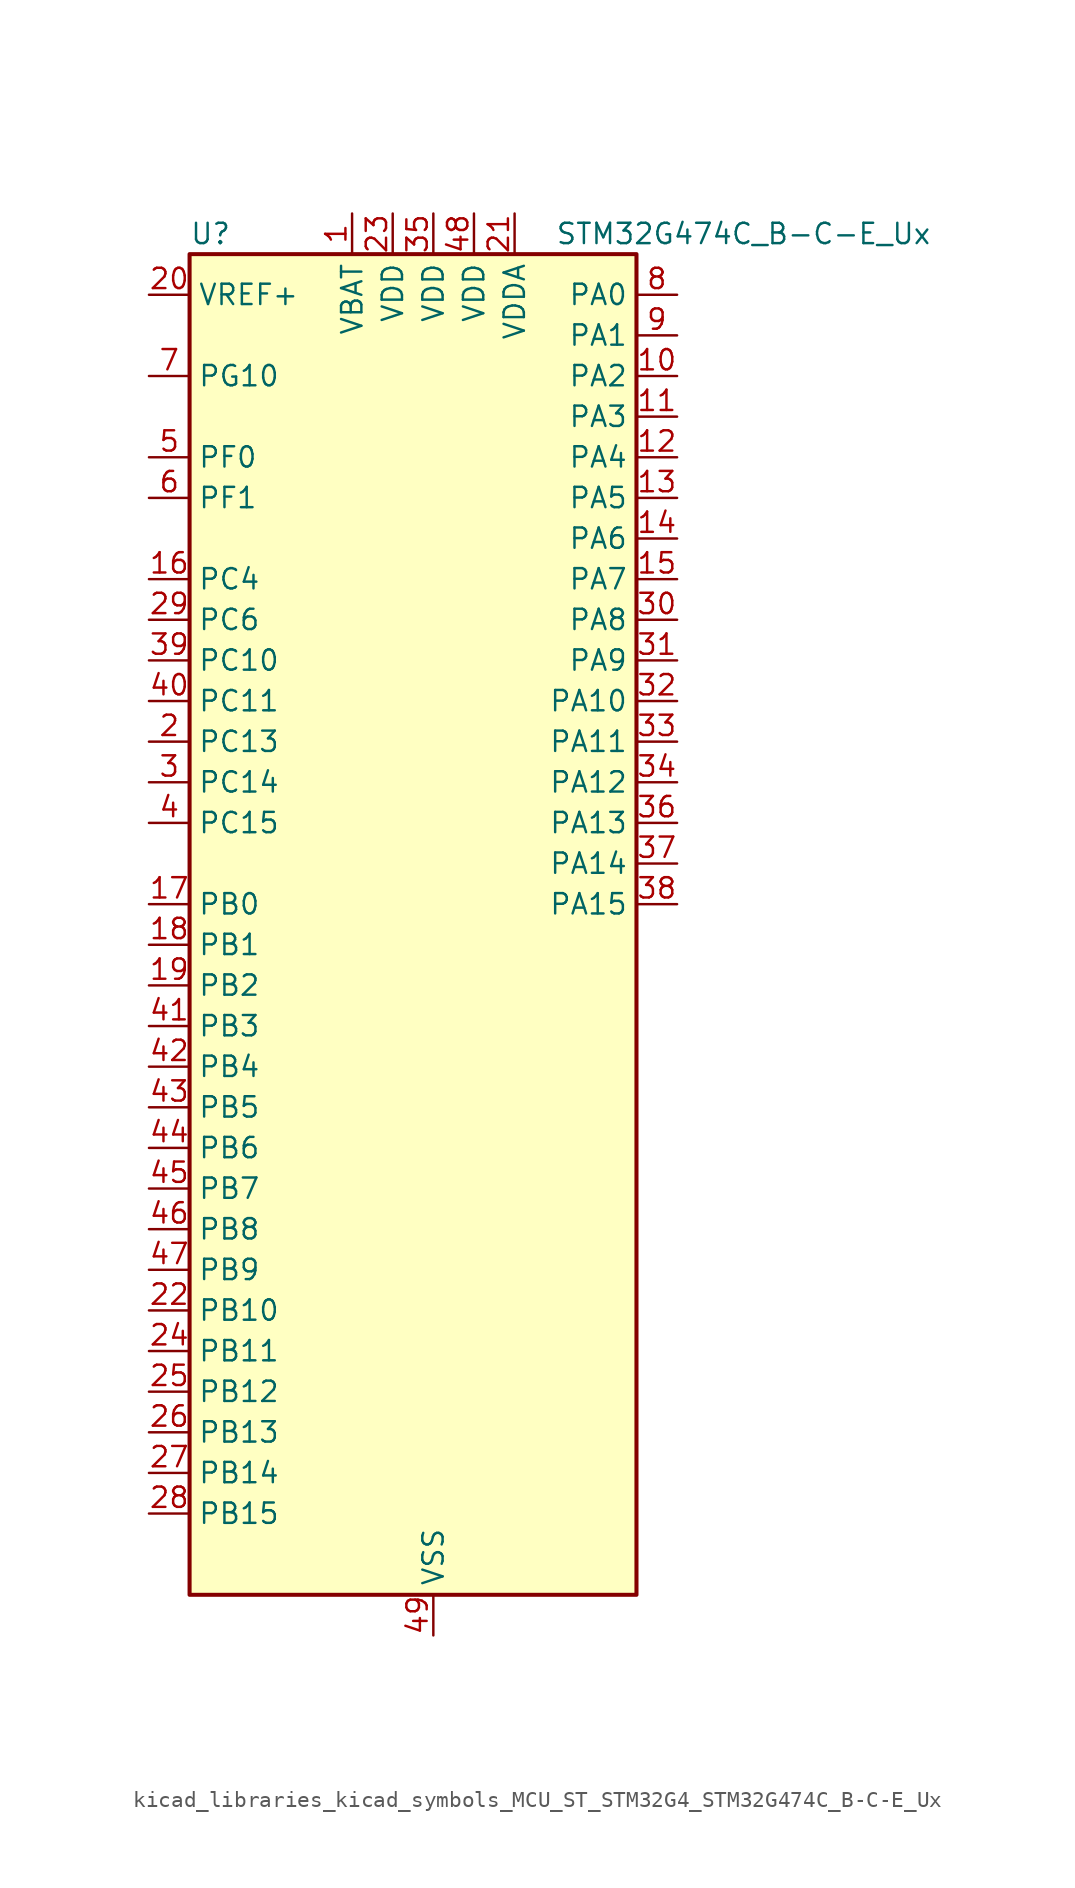
<source format=kicad_sym>
(kicad_symbol_lib
  (version 20220914)
  (generator kicad_symbol_editor)
  (symbol "kicad_libraries_kicad_symbols_MCU_ST_STM32G4_STM32G474C_B-C-E_Ux"
    (property "Reference" "U"
      (at -12.7 44.45 0)
      (effects (font (size 1.27 1.27)) (justify left)))
    (property "Value" "STM32G474C_B-C-E_Ux"
      (at 10.16 44.45 0)
      (effects (font (size 1.27 1.27)) (justify left)))
    (property "ki_locked" ""
      (at 0 0 0)
      (effects (font (size 1.27 1.27))))
    (symbol "kicad_libraries_kicad_symbols_MCU_ST_STM32G4_STM32G474C_B-C-E_Ux_0_1"
      (rectangle (start -12.7 -40.64) (end 15.24 43.18) (stroke (width 0.254) (type default)) (fill (type background))))
    (symbol "kicad_libraries_kicad_symbols_MCU_ST_STM32G4_STM32G474C_B-C-E_Ux_1_1"
      (pin power_in line (at -2.54 45.72 270) (length 2.54) (name "VBAT" (effects (font (size 1.27 1.27)))) (number "1" (effects (font (size 1.27 1.27)))))
      (pin bidirectional line (at 17.78 35.56 180) (length 2.54) (name "PA2" (effects (font (size 1.27 1.27)))) (number "10" (effects (font (size 1.27 1.27)))) (alternate "ADC1_IN3" bidirectional line) (alternate "ADC3_EXTI2" bidirectional line) (alternate "ADC4_EXTI2" bidirectional line) (alternate "ADC5_EXTI2" bidirectional line) (alternate "COMP2_INM" bidirectional line) (alternate "COMP2_OUT" bidirectional line) (alternate "LPUART1_TX" bidirectional line) (alternate "OPAMP1_VOUT" bidirectional line) (alternate "QUADSPI1_BK1_NCS" bidirectional line) (alternate "RCC_LSCO" bidirectional line) (alternate "SYS_WKUP4" bidirectional line) (alternate "TIM15_CH1" bidirectional line) (alternate "TIM2_CH3" bidirectional line) (alternate "TIM5_CH3" bidirectional line) (alternate "UCPD1_FRSTX1" bidirectional line) (alternate "UCPD1_FRSTX2" bidirectional line) (alternate "USART2_TX" bidirectional line))
      (pin bidirectional line (at 17.78 33.02 180) (length 2.54) (name "PA3" (effects (font (size 1.27 1.27)))) (number "11" (effects (font (size 1.27 1.27)))) (alternate "ADC1_IN4" bidirectional line) (alternate "ADC3_EXTI3" bidirectional line) (alternate "ADC4_EXTI3" bidirectional line) (alternate "ADC5_EXTI3" bidirectional line) (alternate "COMP2_INP" bidirectional line) (alternate "LPUART1_RX" bidirectional line) (alternate "OPAMP1_VINM" bidirectional line) (alternate "OPAMP1_VINM0" bidirectional line) (alternate "OPAMP1_VINM_SEC" bidirectional line) (alternate "OPAMP1_VINP" bidirectional line) (alternate "OPAMP1_VINP_SEC" bidirectional line) (alternate "OPAMP5_VINM" bidirectional line) (alternate "OPAMP5_VINM1" bidirectional line) (alternate "OPAMP5_VINM_SEC" bidirectional line) (alternate "QUADSPI1_CLK" bidirectional line) (alternate "SAI1_CK1" bidirectional line) (alternate "SAI1_MCLK_A" bidirectional line) (alternate "TIM15_CH2" bidirectional line) (alternate "TIM2_CH4" bidirectional line) (alternate "TIM5_CH4" bidirectional line) (alternate "USART2_RX" bidirectional line))
      (pin bidirectional line (at 17.78 30.48 180) (length 2.54) (name "PA4" (effects (font (size 1.27 1.27)))) (number "12" (effects (font (size 1.27 1.27)))) (alternate "ADC2_IN17" bidirectional line) (alternate "COMP1_INM" bidirectional line) (alternate "DAC1_OUT1" bidirectional line) (alternate "I2S3_WS" bidirectional line) (alternate "SAI1_FS_B" bidirectional line) (alternate "SPI1_NSS" bidirectional line) (alternate "SPI3_NSS" bidirectional line) (alternate "TIM3_CH2" bidirectional line) (alternate "USART2_CK" bidirectional line))
      (pin bidirectional line (at 17.78 27.94 180) (length 2.54) (name "PA5" (effects (font (size 1.27 1.27)))) (number "13" (effects (font (size 1.27 1.27)))) (alternate "ADC2_IN13" bidirectional line) (alternate "COMP2_INM" bidirectional line) (alternate "DAC1_OUT2" bidirectional line) (alternate "OPAMP2_VINM" bidirectional line) (alternate "OPAMP2_VINM0" bidirectional line) (alternate "OPAMP2_VINM_SEC" bidirectional line) (alternate "SPI1_SCK" bidirectional line) (alternate "TIM2_CH1" bidirectional line) (alternate "TIM2_ETR" bidirectional line) (alternate "UCPD1_FRSTX1" bidirectional line) (alternate "UCPD1_FRSTX2" bidirectional line))
      (pin bidirectional line (at 17.78 25.4 180) (length 2.54) (name "PA6" (effects (font (size 1.27 1.27)))) (number "14" (effects (font (size 1.27 1.27)))) (alternate "ADC2_IN3" bidirectional line) (alternate "COMP1_OUT" bidirectional line) (alternate "DAC2_OUT1" bidirectional line) (alternate "LPUART1_CTS" bidirectional line) (alternate "OPAMP2_VOUT" bidirectional line) (alternate "QUADSPI1_BK1_IO3" bidirectional line) (alternate "SPI1_MISO" bidirectional line) (alternate "TIM16_CH1" bidirectional line) (alternate "TIM1_BKIN" bidirectional line) (alternate "TIM3_CH1" bidirectional line) (alternate "TIM8_BKIN" bidirectional line))
      (pin bidirectional line (at 17.78 22.86 180) (length 2.54) (name "PA7" (effects (font (size 1.27 1.27)))) (number "15" (effects (font (size 1.27 1.27)))) (alternate "ADC2_IN4" bidirectional line) (alternate "COMP2_INP" bidirectional line) (alternate "COMP2_OUT" bidirectional line) (alternate "OPAMP1_VINP" bidirectional line) (alternate "OPAMP1_VINP_SEC" bidirectional line) (alternate "OPAMP2_VINP" bidirectional line) (alternate "OPAMP2_VINP_SEC" bidirectional line) (alternate "QUADSPI1_BK1_IO2" bidirectional line) (alternate "SPI1_MOSI" bidirectional line) (alternate "TIM17_CH1" bidirectional line) (alternate "TIM1_CH1N" bidirectional line) (alternate "TIM3_CH2" bidirectional line) (alternate "TIM8_CH1N" bidirectional line) (alternate "UCPD1_FRSTX1" bidirectional line) (alternate "UCPD1_FRSTX2" bidirectional line))
      (pin bidirectional line (at -15.24 22.86 0) (length 2.54) (name "PC4" (effects (font (size 1.27 1.27)))) (number "16" (effects (font (size 1.27 1.27)))) (alternate "ADC2_IN5" bidirectional line) (alternate "I2C2_SCL" bidirectional line) (alternate "QUADSPI1_BK2_IO3" bidirectional line) (alternate "TIM1_ETR" bidirectional line) (alternate "USART1_TX" bidirectional line))
      (pin bidirectional line (at -15.24 2.54 0) (length 2.54) (name "PB0" (effects (font (size 1.27 1.27)))) (number "17" (effects (font (size 1.27 1.27)))) (alternate "ADC1_IN15" bidirectional line) (alternate "ADC3_IN12" bidirectional line) (alternate "COMP4_INP" bidirectional line) (alternate "HRTIM1_FLT5" bidirectional line) (alternate "OPAMP2_VINP" bidirectional line) (alternate "OPAMP2_VINP_SEC" bidirectional line) (alternate "OPAMP3_VINP" bidirectional line) (alternate "OPAMP3_VINP_SEC" bidirectional line) (alternate "QUADSPI1_BK1_IO1" bidirectional line) (alternate "TIM1_CH2N" bidirectional line) (alternate "TIM3_CH3" bidirectional line) (alternate "TIM8_CH2N" bidirectional line) (alternate "UCPD1_FRSTX1" bidirectional line) (alternate "UCPD1_FRSTX2" bidirectional line))
      (pin bidirectional line (at -15.24 0 0) (length 2.54) (name "PB1" (effects (font (size 1.27 1.27)))) (number "18" (effects (font (size 1.27 1.27)))) (alternate "ADC1_IN12" bidirectional line) (alternate "ADC3_IN1" bidirectional line) (alternate "COMP1_INP" bidirectional line) (alternate "COMP4_OUT" bidirectional line) (alternate "HRTIM1_SCOUT" bidirectional line) (alternate "LPUART1_DE" bidirectional line) (alternate "LPUART1_RTS" bidirectional line) (alternate "OPAMP3_VOUT" bidirectional line) (alternate "OPAMP6_VINM" bidirectional line) (alternate "OPAMP6_VINM1" bidirectional line) (alternate "OPAMP6_VINM_SEC" bidirectional line) (alternate "QUADSPI1_BK1_IO0" bidirectional line) (alternate "TIM1_CH3N" bidirectional line) (alternate "TIM3_CH4" bidirectional line) (alternate "TIM8_CH3N" bidirectional line))
      (pin bidirectional line (at -15.24 -2.54 0) (length 2.54) (name "PB2" (effects (font (size 1.27 1.27)))) (number "19" (effects (font (size 1.27 1.27)))) (alternate "ADC2_IN12" bidirectional line) (alternate "ADC3_EXTI2" bidirectional line) (alternate "ADC4_EXTI2" bidirectional line) (alternate "ADC5_EXTI2" bidirectional line) (alternate "COMP4_INM" bidirectional line) (alternate "HRTIM1_SCIN" bidirectional line) (alternate "I2C3_SMBA" bidirectional line) (alternate "LPTIM1_OUT" bidirectional line) (alternate "OPAMP3_VINM" bidirectional line) (alternate "OPAMP3_VINM0" bidirectional line) (alternate "OPAMP3_VINM_SEC" bidirectional line) (alternate "QUADSPI1_BK2_IO1" bidirectional line) (alternate "RTC_OUT2" bidirectional line) (alternate "TIM20_CH1" bidirectional line) (alternate "TIM5_CH1" bidirectional line))
      (pin bidirectional line (at -15.24 12.7 0) (length 2.54) (name "PC13" (effects (font (size 1.27 1.27)))) (number "2" (effects (font (size 1.27 1.27)))) (alternate "RTC_OUT1" bidirectional line) (alternate "RTC_TAMP1" bidirectional line) (alternate "RTC_TS" bidirectional line) (alternate "SYS_WKUP2" bidirectional line) (alternate "TIM1_BKIN" bidirectional line) (alternate "TIM1_CH1N" bidirectional line) (alternate "TIM8_CH4N" bidirectional line))
      (pin input line (at -15.24 40.64 0) (length 2.54) (name "VREF+" (effects (font (size 1.27 1.27)))) (number "20" (effects (font (size 1.27 1.27)))) (alternate "VREFBUF_OUT" bidirectional line))
      (pin power_in line (at 7.62 45.72 270) (length 2.54) (name "VDDA" (effects (font (size 1.27 1.27)))) (number "21" (effects (font (size 1.27 1.27)))))
      (pin bidirectional line (at -15.24 -22.86 0) (length 2.54) (name "PB10" (effects (font (size 1.27 1.27)))) (number "22" (effects (font (size 1.27 1.27)))) (alternate "COMP5_INM" bidirectional line) (alternate "DAC1_EXTI10" bidirectional line) (alternate "DAC2_EXTI10" bidirectional line) (alternate "DAC3_EXTI10" bidirectional line) (alternate "DAC4_EXTI10" bidirectional line) (alternate "HRTIM1_FLT3" bidirectional line) (alternate "LPUART1_RX" bidirectional line) (alternate "OPAMP3_VINM" bidirectional line) (alternate "OPAMP3_VINM1" bidirectional line) (alternate "OPAMP3_VINM_SEC" bidirectional line) (alternate "OPAMP4_VINM" bidirectional line) (alternate "OPAMP4_VINM0" bidirectional line) (alternate "OPAMP4_VINM_SEC" bidirectional line) (alternate "QUADSPI1_CLK" bidirectional line) (alternate "SAI1_SCK_A" bidirectional line) (alternate "TIM1_BKIN" bidirectional line) (alternate "TIM2_CH3" bidirectional line) (alternate "USART3_TX" bidirectional line))
      (pin power_in line (at 0 45.72 270) (length 2.54) (name "VDD" (effects (font (size 1.27 1.27)))) (number "23" (effects (font (size 1.27 1.27)))))
      (pin bidirectional line (at -15.24 -25.4 0) (length 2.54) (name "PB11" (effects (font (size 1.27 1.27)))) (number "24" (effects (font (size 1.27 1.27)))) (alternate "ADC1_EXTI11" bidirectional line) (alternate "ADC1_IN14" bidirectional line) (alternate "ADC2_EXTI11" bidirectional line) (alternate "ADC2_IN14" bidirectional line) (alternate "COMP6_INP" bidirectional line) (alternate "HRTIM1_FLT4" bidirectional line) (alternate "LPUART1_TX" bidirectional line) (alternate "OPAMP4_VINP" bidirectional line) (alternate "OPAMP4_VINP_SEC" bidirectional line) (alternate "OPAMP6_VOUT" bidirectional line) (alternate "QUADSPI1_BK1_NCS" bidirectional line) (alternate "TIM2_CH4" bidirectional line) (alternate "USART3_RX" bidirectional line))
      (pin bidirectional line (at -15.24 -27.94 0) (length 2.54) (name "PB12" (effects (font (size 1.27 1.27)))) (number "25" (effects (font (size 1.27 1.27)))) (alternate "ADC1_IN11" bidirectional line) (alternate "ADC4_IN3" bidirectional line) (alternate "COMP7_INM" bidirectional line) (alternate "FDCAN2_RX" bidirectional line) (alternate "HRTIM1_CHC1" bidirectional line) (alternate "I2C2_SMBA" bidirectional line) (alternate "I2S2_WS" bidirectional line) (alternate "LPUART1_DE" bidirectional line) (alternate "LPUART1_RTS" bidirectional line) (alternate "OPAMP4_VOUT" bidirectional line) (alternate "OPAMP6_VINP" bidirectional line) (alternate "OPAMP6_VINP_SEC" bidirectional line) (alternate "SPI2_NSS" bidirectional line) (alternate "TIM1_BKIN" bidirectional line) (alternate "TIM5_ETR" bidirectional line) (alternate "USART3_CK" bidirectional line))
      (pin bidirectional line (at -15.24 -30.48 0) (length 2.54) (name "PB13" (effects (font (size 1.27 1.27)))) (number "26" (effects (font (size 1.27 1.27)))) (alternate "ADC3_IN5" bidirectional line) (alternate "COMP5_INP" bidirectional line) (alternate "FDCAN2_TX" bidirectional line) (alternate "HRTIM1_CHC2" bidirectional line) (alternate "I2S2_CK" bidirectional line) (alternate "LPUART1_CTS" bidirectional line) (alternate "OPAMP3_VINP" bidirectional line) (alternate "OPAMP3_VINP_SEC" bidirectional line) (alternate "OPAMP4_VINP" bidirectional line) (alternate "OPAMP4_VINP_SEC" bidirectional line) (alternate "OPAMP6_VINP" bidirectional line) (alternate "OPAMP6_VINP_SEC" bidirectional line) (alternate "SPI2_SCK" bidirectional line) (alternate "TIM1_CH1N" bidirectional line) (alternate "USART3_CTS" bidirectional line) (alternate "USART3_NSS" bidirectional line))
      (pin bidirectional line (at -15.24 -33.02 0) (length 2.54) (name "PB14" (effects (font (size 1.27 1.27)))) (number "27" (effects (font (size 1.27 1.27)))) (alternate "ADC1_IN5" bidirectional line) (alternate "ADC4_IN4" bidirectional line) (alternate "COMP4_OUT" bidirectional line) (alternate "COMP7_INP" bidirectional line) (alternate "HRTIM1_CHD1" bidirectional line) (alternate "OPAMP2_VINP" bidirectional line) (alternate "OPAMP2_VINP_SEC" bidirectional line) (alternate "OPAMP5_VINP" bidirectional line) (alternate "OPAMP5_VINP_SEC" bidirectional line) (alternate "SPI2_MISO" bidirectional line) (alternate "TIM15_CH1" bidirectional line) (alternate "TIM1_CH2N" bidirectional line) (alternate "USART3_DE" bidirectional line) (alternate "USART3_RTS" bidirectional line))
      (pin bidirectional line (at -15.24 -35.56 0) (length 2.54) (name "PB15" (effects (font (size 1.27 1.27)))) (number "28" (effects (font (size 1.27 1.27)))) (alternate "ADC1_EXTI15" bidirectional line) (alternate "ADC2_EXTI15" bidirectional line) (alternate "ADC2_IN15" bidirectional line) (alternate "ADC4_IN5" bidirectional line) (alternate "COMP3_OUT" bidirectional line) (alternate "COMP6_INM" bidirectional line) (alternate "HRTIM1_CHD2" bidirectional line) (alternate "I2S2_SD" bidirectional line) (alternate "OPAMP5_VINM" bidirectional line) (alternate "OPAMP5_VINM0" bidirectional line) (alternate "OPAMP5_VINM_SEC" bidirectional line) (alternate "RTC_REFIN" bidirectional line) (alternate "SPI2_MOSI" bidirectional line) (alternate "TIM15_CH1N" bidirectional line) (alternate "TIM15_CH2" bidirectional line) (alternate "TIM1_CH3N" bidirectional line))
      (pin bidirectional line (at -15.24 20.32 0) (length 2.54) (name "PC6" (effects (font (size 1.27 1.27)))) (number "29" (effects (font (size 1.27 1.27)))) (alternate "COMP6_OUT" bidirectional line) (alternate "HRTIM1_CHF1" bidirectional line) (alternate "HRTIM1_EEV10" bidirectional line) (alternate "I2C4_SCL" bidirectional line) (alternate "I2S2_MCK" bidirectional line) (alternate "TIM3_CH1" bidirectional line) (alternate "TIM8_CH1" bidirectional line))
      (pin bidirectional line (at -15.24 10.16 0) (length 2.54) (name "PC14" (effects (font (size 1.27 1.27)))) (number "3" (effects (font (size 1.27 1.27)))) (alternate "RCC_OSC32_IN" bidirectional line))
      (pin bidirectional line (at 17.78 20.32 180) (length 2.54) (name "PA8" (effects (font (size 1.27 1.27)))) (number "30" (effects (font (size 1.27 1.27)))) (alternate "ADC5_IN1" bidirectional line) (alternate "COMP7_OUT" bidirectional line) (alternate "FDCAN3_RX" bidirectional line) (alternate "HRTIM1_CHA1" bidirectional line) (alternate "I2C2_SDA" bidirectional line) (alternate "I2C3_SCL" bidirectional line) (alternate "I2S2_MCK" bidirectional line) (alternate "OPAMP5_VOUT" bidirectional line) (alternate "RCC_MCO" bidirectional line) (alternate "SAI1_CK2" bidirectional line) (alternate "SAI1_SCK_A" bidirectional line) (alternate "TIM1_CH1" bidirectional line) (alternate "TIM4_ETR" bidirectional line) (alternate "USART1_CK" bidirectional line))
      (pin bidirectional line (at 17.78 17.78 180) (length 2.54) (name "PA9" (effects (font (size 1.27 1.27)))) (number "31" (effects (font (size 1.27 1.27)))) (alternate "ADC5_IN2" bidirectional line) (alternate "COMP5_OUT" bidirectional line) (alternate "DAC1_EXTI9" bidirectional line) (alternate "DAC2_EXTI9" bidirectional line) (alternate "DAC3_EXTI9" bidirectional line) (alternate "DAC4_EXTI9" bidirectional line) (alternate "HRTIM1_CHA2" bidirectional line) (alternate "I2C2_SCL" bidirectional line) (alternate "I2C3_SMBA" bidirectional line) (alternate "I2S3_MCK" bidirectional line) (alternate "SAI1_FS_A" bidirectional line) (alternate "TIM15_BKIN" bidirectional line) (alternate "TIM1_CH2" bidirectional line) (alternate "TIM2_CH3" bidirectional line) (alternate "UCPD1_DBCC1" bidirectional line) (alternate "USART1_TX" bidirectional line))
      (pin bidirectional line (at 17.78 15.24 180) (length 2.54) (name "PA10" (effects (font (size 1.27 1.27)))) (number "32" (effects (font (size 1.27 1.27)))) (alternate "COMP6_OUT" bidirectional line) (alternate "CRS_SYNC" bidirectional line) (alternate "DAC1_EXTI10" bidirectional line) (alternate "DAC2_EXTI10" bidirectional line) (alternate "DAC3_EXTI10" bidirectional line) (alternate "DAC4_EXTI10" bidirectional line) (alternate "HRTIM1_CHB1" bidirectional line) (alternate "I2C2_SMBA" bidirectional line) (alternate "SAI1_D1" bidirectional line) (alternate "SAI1_SD_A" bidirectional line) (alternate "SPI2_MISO" bidirectional line) (alternate "TIM17_BKIN" bidirectional line) (alternate "TIM1_CH3" bidirectional line) (alternate "TIM2_CH4" bidirectional line) (alternate "TIM8_BKIN" bidirectional line) (alternate "UCPD1_DBCC2" bidirectional line) (alternate "USART1_RX" bidirectional line))
      (pin bidirectional line (at 17.78 12.7 180) (length 2.54) (name "PA11" (effects (font (size 1.27 1.27)))) (number "33" (effects (font (size 1.27 1.27)))) (alternate "ADC1_EXTI11" bidirectional line) (alternate "ADC2_EXTI11" bidirectional line) (alternate "COMP1_OUT" bidirectional line) (alternate "FDCAN1_RX" bidirectional line) (alternate "HRTIM1_CHB2" bidirectional line) (alternate "I2S2_SD" bidirectional line) (alternate "SPI2_MOSI" bidirectional line) (alternate "TIM1_BKIN2" bidirectional line) (alternate "TIM1_CH1N" bidirectional line) (alternate "TIM1_CH4" bidirectional line) (alternate "TIM4_CH1" bidirectional line) (alternate "USART1_CTS" bidirectional line) (alternate "USART1_NSS" bidirectional line) (alternate "USB_DM" bidirectional line))
      (pin bidirectional line (at 17.78 10.16 180) (length 2.54) (name "PA12" (effects (font (size 1.27 1.27)))) (number "34" (effects (font (size 1.27 1.27)))) (alternate "COMP2_OUT" bidirectional line) (alternate "FDCAN1_TX" bidirectional line) (alternate "HRTIM1_FLT1" bidirectional line) (alternate "I2S_CKIN" bidirectional line) (alternate "TIM16_CH1" bidirectional line) (alternate "TIM1_CH2N" bidirectional line) (alternate "TIM1_ETR" bidirectional line) (alternate "TIM4_CH2" bidirectional line) (alternate "USART1_DE" bidirectional line) (alternate "USART1_RTS" bidirectional line) (alternate "USB_DP" bidirectional line))
      (pin power_in line (at 2.54 45.72 270) (length 2.54) (name "VDD" (effects (font (size 1.27 1.27)))) (number "35" (effects (font (size 1.27 1.27)))))
      (pin bidirectional line (at 17.78 7.62 180) (length 2.54) (name "PA13" (effects (font (size 1.27 1.27)))) (number "36" (effects (font (size 1.27 1.27)))) (alternate "I2C1_SCL" bidirectional line) (alternate "I2C4_SCL" bidirectional line) (alternate "IR_OUT" bidirectional line) (alternate "SAI1_SD_B" bidirectional line) (alternate "SYS_JTMS-SWDIO" bidirectional line) (alternate "TIM16_CH1N" bidirectional line) (alternate "TIM4_CH3" bidirectional line) (alternate "USART3_CTS" bidirectional line) (alternate "USART3_NSS" bidirectional line))
      (pin bidirectional line (at 17.78 5.08 180) (length 2.54) (name "PA14" (effects (font (size 1.27 1.27)))) (number "37" (effects (font (size 1.27 1.27)))) (alternate "I2C1_SDA" bidirectional line) (alternate "I2C4_SMBA" bidirectional line) (alternate "LPTIM1_OUT" bidirectional line) (alternate "SAI1_FS_B" bidirectional line) (alternate "SYS_JTCK-SWCLK" bidirectional line) (alternate "TIM1_BKIN" bidirectional line) (alternate "TIM8_CH2" bidirectional line) (alternate "USART2_TX" bidirectional line))
      (pin bidirectional line (at 17.78 2.54 180) (length 2.54) (name "PA15" (effects (font (size 1.27 1.27)))) (number "38" (effects (font (size 1.27 1.27)))) (alternate "ADC1_EXTI15" bidirectional line) (alternate "ADC2_EXTI15" bidirectional line) (alternate "FDCAN3_TX" bidirectional line) (alternate "HRTIM1_FLT2" bidirectional line) (alternate "I2C1_SCL" bidirectional line) (alternate "I2S3_WS" bidirectional line) (alternate "SPI1_NSS" bidirectional line) (alternate "SPI3_NSS" bidirectional line) (alternate "SYS_JTDI" bidirectional line) (alternate "TIM1_BKIN" bidirectional line) (alternate "TIM2_CH1" bidirectional line) (alternate "TIM2_ETR" bidirectional line) (alternate "TIM8_CH1" bidirectional line) (alternate "UART4_DE" bidirectional line) (alternate "UART4_RTS" bidirectional line) (alternate "USART2_RX" bidirectional line))
      (pin bidirectional line (at -15.24 17.78 0) (length 2.54) (name "PC10" (effects (font (size 1.27 1.27)))) (number "39" (effects (font (size 1.27 1.27)))) (alternate "DAC1_EXTI10" bidirectional line) (alternate "DAC2_EXTI10" bidirectional line) (alternate "DAC3_EXTI10" bidirectional line) (alternate "DAC4_EXTI10" bidirectional line) (alternate "HRTIM1_FLT6" bidirectional line) (alternate "I2S3_CK" bidirectional line) (alternate "SPI3_SCK" bidirectional line) (alternate "TIM8_CH1N" bidirectional line) (alternate "UART4_TX" bidirectional line) (alternate "USART3_TX" bidirectional line))
      (pin bidirectional line (at -15.24 7.62 0) (length 2.54) (name "PC15" (effects (font (size 1.27 1.27)))) (number "4" (effects (font (size 1.27 1.27)))) (alternate "ADC1_EXTI15" bidirectional line) (alternate "ADC2_EXTI15" bidirectional line) (alternate "RCC_OSC32_OUT" bidirectional line))
      (pin bidirectional line (at -15.24 15.24 0) (length 2.54) (name "PC11" (effects (font (size 1.27 1.27)))) (number "40" (effects (font (size 1.27 1.27)))) (alternate "ADC1_EXTI11" bidirectional line) (alternate "ADC2_EXTI11" bidirectional line) (alternate "HRTIM1_EEV2" bidirectional line) (alternate "I2C3_SDA" bidirectional line) (alternate "SPI3_MISO" bidirectional line) (alternate "TIM8_CH2N" bidirectional line) (alternate "UART4_RX" bidirectional line) (alternate "USART3_RX" bidirectional line))
      (pin bidirectional line (at -15.24 -5.08 0) (length 2.54) (name "PB3" (effects (font (size 1.27 1.27)))) (number "41" (effects (font (size 1.27 1.27)))) (alternate "ADC3_EXTI3" bidirectional line) (alternate "ADC4_EXTI3" bidirectional line) (alternate "ADC5_EXTI3" bidirectional line) (alternate "CRS_SYNC" bidirectional line) (alternate "FDCAN3_RX" bidirectional line) (alternate "HRTIM1_EEV9" bidirectional line) (alternate "HRTIM1_SCOUT" bidirectional line) (alternate "I2S3_CK" bidirectional line) (alternate "SAI1_SCK_B" bidirectional line) (alternate "SPI1_SCK" bidirectional line) (alternate "SPI3_SCK" bidirectional line) (alternate "SYS_JTDO-SWO" bidirectional line) (alternate "TIM2_CH2" bidirectional line) (alternate "TIM3_ETR" bidirectional line) (alternate "TIM4_ETR" bidirectional line) (alternate "TIM8_CH1N" bidirectional line) (alternate "USART2_TX" bidirectional line))
      (pin bidirectional line (at -15.24 -7.62 0) (length 2.54) (name "PB4" (effects (font (size 1.27 1.27)))) (number "42" (effects (font (size 1.27 1.27)))) (alternate "FDCAN3_TX" bidirectional line) (alternate "HRTIM1_EEV7" bidirectional line) (alternate "SAI1_MCLK_B" bidirectional line) (alternate "SPI1_MISO" bidirectional line) (alternate "SPI3_MISO" bidirectional line) (alternate "SYS_JTRST" bidirectional line) (alternate "TIM16_CH1" bidirectional line) (alternate "TIM17_BKIN" bidirectional line) (alternate "TIM3_CH1" bidirectional line) (alternate "TIM8_CH2N" bidirectional line) (alternate "UCPD1_CC2" bidirectional line) (alternate "USART2_RX" bidirectional line))
      (pin bidirectional line (at -15.24 -10.16 0) (length 2.54) (name "PB5" (effects (font (size 1.27 1.27)))) (number "43" (effects (font (size 1.27 1.27)))) (alternate "FDCAN2_RX" bidirectional line) (alternate "HRTIM1_EEV6" bidirectional line) (alternate "I2C1_SMBA" bidirectional line) (alternate "I2C3_SDA" bidirectional line) (alternate "I2S3_SD" bidirectional line) (alternate "LPTIM1_IN1" bidirectional line) (alternate "SAI1_SD_B" bidirectional line) (alternate "SPI1_MOSI" bidirectional line) (alternate "SPI3_MOSI" bidirectional line) (alternate "TIM16_BKIN" bidirectional line) (alternate "TIM17_CH1" bidirectional line) (alternate "TIM3_CH2" bidirectional line) (alternate "TIM8_CH3N" bidirectional line) (alternate "USART2_CK" bidirectional line))
      (pin bidirectional line (at -15.24 -12.7 0) (length 2.54) (name "PB6" (effects (font (size 1.27 1.27)))) (number "44" (effects (font (size 1.27 1.27)))) (alternate "COMP4_OUT" bidirectional line) (alternate "FDCAN2_TX" bidirectional line) (alternate "HRTIM1_EEV4" bidirectional line) (alternate "HRTIM1_SCIN" bidirectional line) (alternate "LPTIM1_ETR" bidirectional line) (alternate "SAI1_FS_B" bidirectional line) (alternate "TIM16_CH1N" bidirectional line) (alternate "TIM4_CH1" bidirectional line) (alternate "TIM8_BKIN2" bidirectional line) (alternate "TIM8_CH1" bidirectional line) (alternate "TIM8_ETR" bidirectional line) (alternate "UCPD1_CC1" bidirectional line) (alternate "USART1_TX" bidirectional line))
      (pin bidirectional line (at -15.24 -15.24 0) (length 2.54) (name "PB7" (effects (font (size 1.27 1.27)))) (number "45" (effects (font (size 1.27 1.27)))) (alternate "COMP3_OUT" bidirectional line) (alternate "HRTIM1_EEV3" bidirectional line) (alternate "I2C1_SDA" bidirectional line) (alternate "I2C4_SDA" bidirectional line) (alternate "LPTIM1_IN2" bidirectional line) (alternate "SYS_PVD_IN" bidirectional line) (alternate "TIM17_CH1N" bidirectional line) (alternate "TIM3_CH4" bidirectional line) (alternate "TIM4_CH2" bidirectional line) (alternate "TIM8_BKIN" bidirectional line) (alternate "UART4_CTS" bidirectional line) (alternate "USART1_RX" bidirectional line))
      (pin bidirectional line (at -15.24 -17.78 0) (length 2.54) (name "PB8" (effects (font (size 1.27 1.27)))) (number "46" (effects (font (size 1.27 1.27)))) (alternate "COMP1_OUT" bidirectional line) (alternate "FDCAN1_RX" bidirectional line) (alternate "HRTIM1_EEV8" bidirectional line) (alternate "I2C1_SCL" bidirectional line) (alternate "SAI1_CK1" bidirectional line) (alternate "SAI1_MCLK_A" bidirectional line) (alternate "TIM16_CH1" bidirectional line) (alternate "TIM1_BKIN" bidirectional line) (alternate "TIM4_CH3" bidirectional line) (alternate "TIM8_CH2" bidirectional line) (alternate "USART3_RX" bidirectional line))
      (pin bidirectional line (at -15.24 -20.32 0) (length 2.54) (name "PB9" (effects (font (size 1.27 1.27)))) (number "47" (effects (font (size 1.27 1.27)))) (alternate "COMP2_OUT" bidirectional line) (alternate "DAC1_EXTI9" bidirectional line) (alternate "DAC2_EXTI9" bidirectional line) (alternate "DAC3_EXTI9" bidirectional line) (alternate "DAC4_EXTI9" bidirectional line) (alternate "FDCAN1_TX" bidirectional line) (alternate "HRTIM1_EEV5" bidirectional line) (alternate "I2C1_SDA" bidirectional line) (alternate "IR_OUT" bidirectional line) (alternate "SAI1_D2" bidirectional line) (alternate "SAI1_FS_A" bidirectional line) (alternate "TIM17_CH1" bidirectional line) (alternate "TIM1_CH3N" bidirectional line) (alternate "TIM4_CH4" bidirectional line) (alternate "TIM8_CH3" bidirectional line) (alternate "USART3_TX" bidirectional line))
      (pin power_in line (at 5.08 45.72 270) (length 2.54) (name "VDD" (effects (font (size 1.27 1.27)))) (number "48" (effects (font (size 1.27 1.27)))))
      (pin power_in line (at 2.54 -43.18 90) (length 2.54) (name "VSS" (effects (font (size 1.27 1.27)))) (number "49" (effects (font (size 1.27 1.27)))))
      (pin bidirectional line (at -15.24 30.48 0) (length 2.54) (name "PF0" (effects (font (size 1.27 1.27)))) (number "5" (effects (font (size 1.27 1.27)))) (alternate "ADC1_IN10" bidirectional line) (alternate "I2C2_SDA" bidirectional line) (alternate "I2S2_WS" bidirectional line) (alternate "RCC_OSC_IN" bidirectional line) (alternate "SPI2_NSS" bidirectional line) (alternate "TIM1_CH3N" bidirectional line))
      (pin bidirectional line (at -15.24 27.94 0) (length 2.54) (name "PF1" (effects (font (size 1.27 1.27)))) (number "6" (effects (font (size 1.27 1.27)))) (alternate "ADC2_IN10" bidirectional line) (alternate "COMP3_INM" bidirectional line) (alternate "I2S2_CK" bidirectional line) (alternate "RCC_OSC_OUT" bidirectional line) (alternate "SPI2_SCK" bidirectional line))
      (pin bidirectional line (at -15.24 35.56 0) (length 2.54) (name "PG10" (effects (font (size 1.27 1.27)))) (number "7" (effects (font (size 1.27 1.27)))) (alternate "DAC1_EXTI10" bidirectional line) (alternate "DAC2_EXTI10" bidirectional line) (alternate "DAC3_EXTI10" bidirectional line) (alternate "DAC4_EXTI10" bidirectional line) (alternate "RCC_MCO" bidirectional line))
      (pin bidirectional line (at 17.78 40.64 180) (length 2.54) (name "PA0" (effects (font (size 1.27 1.27)))) (number "8" (effects (font (size 1.27 1.27)))) (alternate "ADC1_IN1" bidirectional line) (alternate "ADC2_IN1" bidirectional line) (alternate "COMP1_INM" bidirectional line) (alternate "COMP1_OUT" bidirectional line) (alternate "COMP3_INP" bidirectional line) (alternate "RTC_TAMP2" bidirectional line) (alternate "SYS_WKUP1" bidirectional line) (alternate "TIM2_CH1" bidirectional line) (alternate "TIM2_ETR" bidirectional line) (alternate "TIM5_CH1" bidirectional line) (alternate "TIM8_BKIN" bidirectional line) (alternate "TIM8_ETR" bidirectional line) (alternate "USART2_CTS" bidirectional line) (alternate "USART2_NSS" bidirectional line))
      (pin bidirectional line (at 17.78 38.1 180) (length 2.54) (name "PA1" (effects (font (size 1.27 1.27)))) (number "9" (effects (font (size 1.27 1.27)))) (alternate "ADC1_IN2" bidirectional line) (alternate "ADC2_IN2" bidirectional line) (alternate "COMP1_INP" bidirectional line) (alternate "OPAMP1_VINP" bidirectional line) (alternate "OPAMP1_VINP_SEC" bidirectional line) (alternate "OPAMP3_VINP" bidirectional line) (alternate "OPAMP3_VINP_SEC" bidirectional line) (alternate "OPAMP6_VINM" bidirectional line) (alternate "OPAMP6_VINM0" bidirectional line) (alternate "OPAMP6_VINM_SEC" bidirectional line) (alternate "RTC_REFIN" bidirectional line) (alternate "TIM15_CH1N" bidirectional line) (alternate "TIM2_CH2" bidirectional line) (alternate "TIM5_CH2" bidirectional line) (alternate "USART2_DE" bidirectional line) (alternate "USART2_RTS" bidirectional line)))))
</source>
